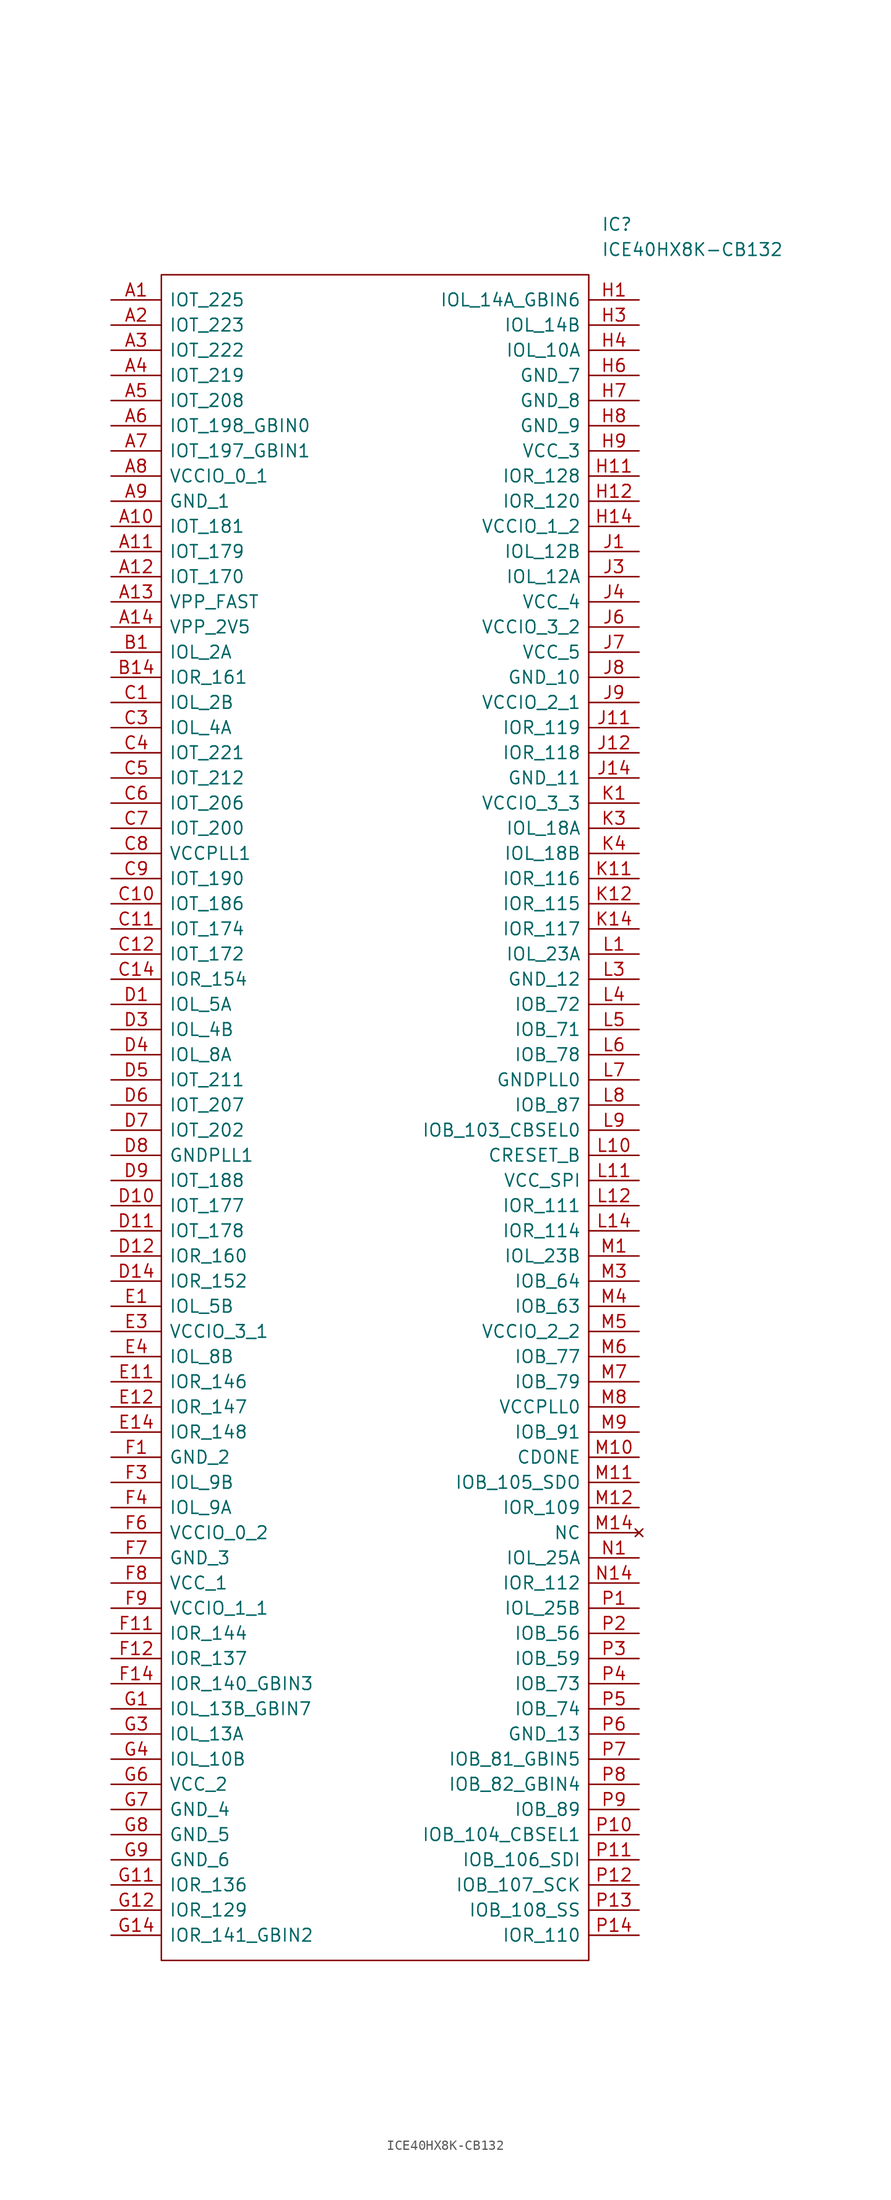
<source format=kicad_sym>
(kicad_symbol_lib
  (version 20211014)
  (generator kicad_symbol_editor)
  (symbol "ICE40HX8K-CB132"
    (pin_names
      (offset 0.762))
    (property "Reference" "IC"
      (at 49.53 7.62 0)
      (effects (font (size 1.27 1.27)) (justify left)))
    (property "Value" "ICE40HX8K-CB132"
      (at 49.53 5.08 0)
      (effects (font (size 1.27 1.27)) (justify left)))
    (symbol "ICE40HX8K-CB132_0_0"
      (pin passive line (at 0 0 0) (length 5.08) (name "IOT_225" (effects (font (size 1.27 1.27)))) (number "A1" (effects (font (size 1.27 1.27)))))
      (pin passive line (at 0 -22.86 0) (length 5.08) (name "IOT_181" (effects (font (size 1.27 1.27)))) (number "A10" (effects (font (size 1.27 1.27)))))
      (pin passive line (at 0 -25.4 0) (length 5.08) (name "IOT_179" (effects (font (size 1.27 1.27)))) (number "A11" (effects (font (size 1.27 1.27)))))
      (pin passive line (at 0 -27.94 0) (length 5.08) (name "IOT_170" (effects (font (size 1.27 1.27)))) (number "A12" (effects (font (size 1.27 1.27)))))
      (pin passive line (at 0 -30.48 0) (length 5.08) (name "VPP_FAST" (effects (font (size 1.27 1.27)))) (number "A13" (effects (font (size 1.27 1.27)))))
      (pin passive line (at 0 -33.02 0) (length 5.08) (name "VPP_2V5" (effects (font (size 1.27 1.27)))) (number "A14" (effects (font (size 1.27 1.27)))))
      (pin passive line (at 0 -2.54 0) (length 5.08) (name "IOT_223" (effects (font (size 1.27 1.27)))) (number "A2" (effects (font (size 1.27 1.27)))))
      (pin passive line (at 0 -5.08 0) (length 5.08) (name "IOT_222" (effects (font (size 1.27 1.27)))) (number "A3" (effects (font (size 1.27 1.27)))))
      (pin passive line (at 0 -7.62 0) (length 5.08) (name "IOT_219" (effects (font (size 1.27 1.27)))) (number "A4" (effects (font (size 1.27 1.27)))))
      (pin passive line (at 0 -10.16 0) (length 5.08) (name "IOT_208" (effects (font (size 1.27 1.27)))) (number "A5" (effects (font (size 1.27 1.27)))))
      (pin passive line (at 0 -12.7 0) (length 5.08) (name "IOT_198_GBIN0" (effects (font (size 1.27 1.27)))) (number "A6" (effects (font (size 1.27 1.27)))))
      (pin passive line (at 0 -15.24 0) (length 5.08) (name "IOT_197_GBIN1" (effects (font (size 1.27 1.27)))) (number "A7" (effects (font (size 1.27 1.27)))))
      (pin passive line (at 0 -17.78 0) (length 5.08) (name "VCCIO_0_1" (effects (font (size 1.27 1.27)))) (number "A8" (effects (font (size 1.27 1.27)))))
      (pin passive line (at 0 -20.32 0) (length 5.08) (name "GND_1" (effects (font (size 1.27 1.27)))) (number "A9" (effects (font (size 1.27 1.27)))))
      (pin passive line (at 0 -35.56 0) (length 5.08) (name "IOL_2A" (effects (font (size 1.27 1.27)))) (number "B1" (effects (font (size 1.27 1.27)))))
      (pin passive line (at 0 -38.1 0) (length 5.08) (name "IOR_161" (effects (font (size 1.27 1.27)))) (number "B14" (effects (font (size 1.27 1.27)))))
      (pin passive line (at 0 -40.64 0) (length 5.08) (name "IOL_2B" (effects (font (size 1.27 1.27)))) (number "C1" (effects (font (size 1.27 1.27)))))
      (pin passive line (at 0 -60.96 0) (length 5.08) (name "IOT_186" (effects (font (size 1.27 1.27)))) (number "C10" (effects (font (size 1.27 1.27)))))
      (pin passive line (at 0 -63.5 0) (length 5.08) (name "IOT_174" (effects (font (size 1.27 1.27)))) (number "C11" (effects (font (size 1.27 1.27)))))
      (pin passive line (at 0 -66.04 0) (length 5.08) (name "IOT_172" (effects (font (size 1.27 1.27)))) (number "C12" (effects (font (size 1.27 1.27)))))
      (pin passive line (at 0 -68.58 0) (length 5.08) (name "IOR_154" (effects (font (size 1.27 1.27)))) (number "C14" (effects (font (size 1.27 1.27)))))
      (pin passive line (at 0 -43.18 0) (length 5.08) (name "IOL_4A" (effects (font (size 1.27 1.27)))) (number "C3" (effects (font (size 1.27 1.27)))))
      (pin passive line (at 0 -45.72 0) (length 5.08) (name "IOT_221" (effects (font (size 1.27 1.27)))) (number "C4" (effects (font (size 1.27 1.27)))))
      (pin passive line (at 0 -48.26 0) (length 5.08) (name "IOT_212" (effects (font (size 1.27 1.27)))) (number "C5" (effects (font (size 1.27 1.27)))))
      (pin passive line (at 0 -50.8 0) (length 5.08) (name "IOT_206" (effects (font (size 1.27 1.27)))) (number "C6" (effects (font (size 1.27 1.27)))))
      (pin passive line (at 0 -53.34 0) (length 5.08) (name "IOT_200" (effects (font (size 1.27 1.27)))) (number "C7" (effects (font (size 1.27 1.27)))))
      (pin passive line (at 0 -55.88 0) (length 5.08) (name "VCCPLL1" (effects (font (size 1.27 1.27)))) (number "C8" (effects (font (size 1.27 1.27)))))
      (pin passive line (at 0 -58.42 0) (length 5.08) (name "IOT_190" (effects (font (size 1.27 1.27)))) (number "C9" (effects (font (size 1.27 1.27)))))
      (pin passive line (at 0 -71.12 0) (length 5.08) (name "IOL_5A" (effects (font (size 1.27 1.27)))) (number "D1" (effects (font (size 1.27 1.27)))))
      (pin passive line (at 0 -91.44 0) (length 5.08) (name "IOT_177" (effects (font (size 1.27 1.27)))) (number "D10" (effects (font (size 1.27 1.27)))))
      (pin passive line (at 0 -93.98 0) (length 5.08) (name "IOT_178" (effects (font (size 1.27 1.27)))) (number "D11" (effects (font (size 1.27 1.27)))))
      (pin passive line (at 0 -96.52 0) (length 5.08) (name "IOR_160" (effects (font (size 1.27 1.27)))) (number "D12" (effects (font (size 1.27 1.27)))))
      (pin passive line (at 0 -99.06 0) (length 5.08) (name "IOR_152" (effects (font (size 1.27 1.27)))) (number "D14" (effects (font (size 1.27 1.27)))))
      (pin passive line (at 0 -73.66 0) (length 5.08) (name "IOL_4B" (effects (font (size 1.27 1.27)))) (number "D3" (effects (font (size 1.27 1.27)))))
      (pin passive line (at 0 -76.2 0) (length 5.08) (name "IOL_8A" (effects (font (size 1.27 1.27)))) (number "D4" (effects (font (size 1.27 1.27)))))
      (pin passive line (at 0 -78.74 0) (length 5.08) (name "IOT_211" (effects (font (size 1.27 1.27)))) (number "D5" (effects (font (size 1.27 1.27)))))
      (pin passive line (at 0 -81.28 0) (length 5.08) (name "IOT_207" (effects (font (size 1.27 1.27)))) (number "D6" (effects (font (size 1.27 1.27)))))
      (pin passive line (at 0 -83.82 0) (length 5.08) (name "IOT_202" (effects (font (size 1.27 1.27)))) (number "D7" (effects (font (size 1.27 1.27)))))
      (pin passive line (at 0 -86.36 0) (length 5.08) (name "GNDPLL1" (effects (font (size 1.27 1.27)))) (number "D8" (effects (font (size 1.27 1.27)))))
      (pin passive line (at 0 -88.9 0) (length 5.08) (name "IOT_188" (effects (font (size 1.27 1.27)))) (number "D9" (effects (font (size 1.27 1.27)))))
      (pin passive line (at 0 -101.6 0) (length 5.08) (name "IOL_5B" (effects (font (size 1.27 1.27)))) (number "E1" (effects (font (size 1.27 1.27)))))
      (pin passive line (at 0 -109.22 0) (length 5.08) (name "IOR_146" (effects (font (size 1.27 1.27)))) (number "E11" (effects (font (size 1.27 1.27)))))
      (pin passive line (at 0 -111.76 0) (length 5.08) (name "IOR_147" (effects (font (size 1.27 1.27)))) (number "E12" (effects (font (size 1.27 1.27)))))
      (pin passive line (at 0 -114.3 0) (length 5.08) (name "IOR_148" (effects (font (size 1.27 1.27)))) (number "E14" (effects (font (size 1.27 1.27)))))
      (pin passive line (at 0 -104.14 0) (length 5.08) (name "VCCIO_3_1" (effects (font (size 1.27 1.27)))) (number "E3" (effects (font (size 1.27 1.27)))))
      (pin passive line (at 0 -106.68 0) (length 5.08) (name "IOL_8B" (effects (font (size 1.27 1.27)))) (number "E4" (effects (font (size 1.27 1.27)))))
      (pin passive line (at 0 -116.84 0) (length 5.08) (name "GND_2" (effects (font (size 1.27 1.27)))) (number "F1" (effects (font (size 1.27 1.27)))))
      (pin passive line (at 0 -134.62 0) (length 5.08) (name "IOR_144" (effects (font (size 1.27 1.27)))) (number "F11" (effects (font (size 1.27 1.27)))))
      (pin passive line (at 0 -137.16 0) (length 5.08) (name "IOR_137" (effects (font (size 1.27 1.27)))) (number "F12" (effects (font (size 1.27 1.27)))))
      (pin passive line (at 0 -139.7 0) (length 5.08) (name "IOR_140_GBIN3" (effects (font (size 1.27 1.27)))) (number "F14" (effects (font (size 1.27 1.27)))))
      (pin passive line (at 0 -119.38 0) (length 5.08) (name "IOL_9B" (effects (font (size 1.27 1.27)))) (number "F3" (effects (font (size 1.27 1.27)))))
      (pin passive line (at 0 -121.92 0) (length 5.08) (name "IOL_9A" (effects (font (size 1.27 1.27)))) (number "F4" (effects (font (size 1.27 1.27)))))
      (pin passive line (at 0 -124.46 0) (length 5.08) (name "VCCIO_0_2" (effects (font (size 1.27 1.27)))) (number "F6" (effects (font (size 1.27 1.27)))))
      (pin passive line (at 0 -127 0) (length 5.08) (name "GND_3" (effects (font (size 1.27 1.27)))) (number "F7" (effects (font (size 1.27 1.27)))))
      (pin passive line (at 0 -129.54 0) (length 5.08) (name "VCC_1" (effects (font (size 1.27 1.27)))) (number "F8" (effects (font (size 1.27 1.27)))))
      (pin passive line (at 0 -132.08 0) (length 5.08) (name "VCCIO_1_1" (effects (font (size 1.27 1.27)))) (number "F9" (effects (font (size 1.27 1.27)))))
      (pin passive line (at 0 -142.24 0) (length 5.08) (name "IOL_13B_GBIN7" (effects (font (size 1.27 1.27)))) (number "G1" (effects (font (size 1.27 1.27)))))
      (pin passive line (at 0 -160.02 0) (length 5.08) (name "IOR_136" (effects (font (size 1.27 1.27)))) (number "G11" (effects (font (size 1.27 1.27)))))
      (pin passive line (at 0 -162.56 0) (length 5.08) (name "IOR_129" (effects (font (size 1.27 1.27)))) (number "G12" (effects (font (size 1.27 1.27)))))
      (pin passive line (at 0 -165.1 0) (length 5.08) (name "IOR_141_GBIN2" (effects (font (size 1.27 1.27)))) (number "G14" (effects (font (size 1.27 1.27)))))
      (pin passive line (at 0 -144.78 0) (length 5.08) (name "IOL_13A" (effects (font (size 1.27 1.27)))) (number "G3" (effects (font (size 1.27 1.27)))))
      (pin passive line (at 0 -147.32 0) (length 5.08) (name "IOL_10B" (effects (font (size 1.27 1.27)))) (number "G4" (effects (font (size 1.27 1.27)))))
      (pin passive line (at 0 -149.86 0) (length 5.08) (name "VCC_2" (effects (font (size 1.27 1.27)))) (number "G6" (effects (font (size 1.27 1.27)))))
      (pin passive line (at 0 -152.4 0) (length 5.08) (name "GND_4" (effects (font (size 1.27 1.27)))) (number "G7" (effects (font (size 1.27 1.27)))))
      (pin passive line (at 0 -154.94 0) (length 5.08) (name "GND_5" (effects (font (size 1.27 1.27)))) (number "G8" (effects (font (size 1.27 1.27)))))
      (pin passive line (at 0 -157.48 0) (length 5.08) (name "GND_6" (effects (font (size 1.27 1.27)))) (number "G9" (effects (font (size 1.27 1.27)))))
      (pin passive line (at 53.34 0 180) (length 5.08) (name "IOL_14A_GBIN6" (effects (font (size 1.27 1.27)))) (number "H1" (effects (font (size 1.27 1.27)))))
      (pin passive line (at 53.34 -17.78 180) (length 5.08) (name "IOR_128" (effects (font (size 1.27 1.27)))) (number "H11" (effects (font (size 1.27 1.27)))))
      (pin passive line (at 53.34 -20.32 180) (length 5.08) (name "IOR_120" (effects (font (size 1.27 1.27)))) (number "H12" (effects (font (size 1.27 1.27)))))
      (pin passive line (at 53.34 -22.86 180) (length 5.08) (name "VCCIO_1_2" (effects (font (size 1.27 1.27)))) (number "H14" (effects (font (size 1.27 1.27)))))
      (pin passive line (at 53.34 -2.54 180) (length 5.08) (name "IOL_14B" (effects (font (size 1.27 1.27)))) (number "H3" (effects (font (size 1.27 1.27)))))
      (pin passive line (at 53.34 -5.08 180) (length 5.08) (name "IOL_10A" (effects (font (size 1.27 1.27)))) (number "H4" (effects (font (size 1.27 1.27)))))
      (pin passive line (at 53.34 -7.62 180) (length 5.08) (name "GND_7" (effects (font (size 1.27 1.27)))) (number "H6" (effects (font (size 1.27 1.27)))))
      (pin passive line (at 53.34 -10.16 180) (length 5.08) (name "GND_8" (effects (font (size 1.27 1.27)))) (number "H7" (effects (font (size 1.27 1.27)))))
      (pin passive line (at 53.34 -12.7 180) (length 5.08) (name "GND_9" (effects (font (size 1.27 1.27)))) (number "H8" (effects (font (size 1.27 1.27)))))
      (pin passive line (at 53.34 -15.24 180) (length 5.08) (name "VCC_3" (effects (font (size 1.27 1.27)))) (number "H9" (effects (font (size 1.27 1.27)))))
      (pin passive line (at 53.34 -25.4 180) (length 5.08) (name "IOL_12B" (effects (font (size 1.27 1.27)))) (number "J1" (effects (font (size 1.27 1.27)))))
      (pin passive line (at 53.34 -43.18 180) (length 5.08) (name "IOR_119" (effects (font (size 1.27 1.27)))) (number "J11" (effects (font (size 1.27 1.27)))))
      (pin passive line (at 53.34 -45.72 180) (length 5.08) (name "IOR_118" (effects (font (size 1.27 1.27)))) (number "J12" (effects (font (size 1.27 1.27)))))
      (pin passive line (at 53.34 -48.26 180) (length 5.08) (name "GND_11" (effects (font (size 1.27 1.27)))) (number "J14" (effects (font (size 1.27 1.27)))))
      (pin passive line (at 53.34 -27.94 180) (length 5.08) (name "IOL_12A" (effects (font (size 1.27 1.27)))) (number "J3" (effects (font (size 1.27 1.27)))))
      (pin passive line (at 53.34 -30.48 180) (length 5.08) (name "VCC_4" (effects (font (size 1.27 1.27)))) (number "J4" (effects (font (size 1.27 1.27)))))
      (pin passive line (at 53.34 -33.02 180) (length 5.08) (name "VCCIO_3_2" (effects (font (size 1.27 1.27)))) (number "J6" (effects (font (size 1.27 1.27)))))
      (pin passive line (at 53.34 -35.56 180) (length 5.08) (name "VCC_5" (effects (font (size 1.27 1.27)))) (number "J7" (effects (font (size 1.27 1.27)))))
      (pin passive line (at 53.34 -38.1 180) (length 5.08) (name "GND_10" (effects (font (size 1.27 1.27)))) (number "J8" (effects (font (size 1.27 1.27)))))
      (pin passive line (at 53.34 -40.64 180) (length 5.08) (name "VCCIO_2_1" (effects (font (size 1.27 1.27)))) (number "J9" (effects (font (size 1.27 1.27)))))
      (pin passive line (at 53.34 -50.8 180) (length 5.08) (name "VCCIO_3_3" (effects (font (size 1.27 1.27)))) (number "K1" (effects (font (size 1.27 1.27)))))
      (pin passive line (at 53.34 -58.42 180) (length 5.08) (name "IOR_116" (effects (font (size 1.27 1.27)))) (number "K11" (effects (font (size 1.27 1.27)))))
      (pin passive line (at 53.34 -60.96 180) (length 5.08) (name "IOR_115" (effects (font (size 1.27 1.27)))) (number "K12" (effects (font (size 1.27 1.27)))))
      (pin passive line (at 53.34 -63.5 180) (length 5.08) (name "IOR_117" (effects (font (size 1.27 1.27)))) (number "K14" (effects (font (size 1.27 1.27)))))
      (pin passive line (at 53.34 -53.34 180) (length 5.08) (name "IOL_18A" (effects (font (size 1.27 1.27)))) (number "K3" (effects (font (size 1.27 1.27)))))
      (pin passive line (at 53.34 -55.88 180) (length 5.08) (name "IOL_18B" (effects (font (size 1.27 1.27)))) (number "K4" (effects (font (size 1.27 1.27)))))
      (pin passive line (at 53.34 -66.04 180) (length 5.08) (name "IOL_23A" (effects (font (size 1.27 1.27)))) (number "L1" (effects (font (size 1.27 1.27)))))
      (pin passive line (at 53.34 -86.36 180) (length 5.08) (name "CRESET_B" (effects (font (size 1.27 1.27)))) (number "L10" (effects (font (size 1.27 1.27)))))
      (pin passive line (at 53.34 -88.9 180) (length 5.08) (name "VCC_SPI" (effects (font (size 1.27 1.27)))) (number "L11" (effects (font (size 1.27 1.27)))))
      (pin passive line (at 53.34 -91.44 180) (length 5.08) (name "IOR_111" (effects (font (size 1.27 1.27)))) (number "L12" (effects (font (size 1.27 1.27)))))
      (pin passive line (at 53.34 -93.98 180) (length 5.08) (name "IOR_114" (effects (font (size 1.27 1.27)))) (number "L14" (effects (font (size 1.27 1.27)))))
      (pin passive line (at 53.34 -68.58 180) (length 5.08) (name "GND_12" (effects (font (size 1.27 1.27)))) (number "L3" (effects (font (size 1.27 1.27)))))
      (pin passive line (at 53.34 -71.12 180) (length 5.08) (name "IOB_72" (effects (font (size 1.27 1.27)))) (number "L4" (effects (font (size 1.27 1.27)))))
      (pin passive line (at 53.34 -73.66 180) (length 5.08) (name "IOB_71" (effects (font (size 1.27 1.27)))) (number "L5" (effects (font (size 1.27 1.27)))))
      (pin passive line (at 53.34 -76.2 180) (length 5.08) (name "IOB_78" (effects (font (size 1.27 1.27)))) (number "L6" (effects (font (size 1.27 1.27)))))
      (pin passive line (at 53.34 -78.74 180) (length 5.08) (name "GNDPLL0" (effects (font (size 1.27 1.27)))) (number "L7" (effects (font (size 1.27 1.27)))))
      (pin passive line (at 53.34 -81.28 180) (length 5.08) (name "IOB_87" (effects (font (size 1.27 1.27)))) (number "L8" (effects (font (size 1.27 1.27)))))
      (pin passive line (at 53.34 -83.82 180) (length 5.08) (name "IOB_103_CBSEL0" (effects (font (size 1.27 1.27)))) (number "L9" (effects (font (size 1.27 1.27)))))
      (pin passive line (at 53.34 -96.52 180) (length 5.08) (name "IOL_23B" (effects (font (size 1.27 1.27)))) (number "M1" (effects (font (size 1.27 1.27)))))
      (pin passive line (at 53.34 -116.84 180) (length 5.08) (name "CDONE" (effects (font (size 1.27 1.27)))) (number "M10" (effects (font (size 1.27 1.27)))))
      (pin passive line (at 53.34 -119.38 180) (length 5.08) (name "IOB_105_SDO" (effects (font (size 1.27 1.27)))) (number "M11" (effects (font (size 1.27 1.27)))))
      (pin passive line (at 53.34 -121.92 180) (length 5.08) (name "IOR_109" (effects (font (size 1.27 1.27)))) (number "M12" (effects (font (size 1.27 1.27)))))
      (pin no_connect line (at 53.34 -124.46 180) (length 5.08) (name "NC" (effects (font (size 1.27 1.27)))) (number "M14" (effects (font (size 1.27 1.27)))))
      (pin passive line (at 53.34 -99.06 180) (length 5.08) (name "IOB_64" (effects (font (size 1.27 1.27)))) (number "M3" (effects (font (size 1.27 1.27)))))
      (pin passive line (at 53.34 -101.6 180) (length 5.08) (name "IOB_63" (effects (font (size 1.27 1.27)))) (number "M4" (effects (font (size 1.27 1.27)))))
      (pin passive line (at 53.34 -104.14 180) (length 5.08) (name "VCCIO_2_2" (effects (font (size 1.27 1.27)))) (number "M5" (effects (font (size 1.27 1.27)))))
      (pin passive line (at 53.34 -106.68 180) (length 5.08) (name "IOB_77" (effects (font (size 1.27 1.27)))) (number "M6" (effects (font (size 1.27 1.27)))))
      (pin passive line (at 53.34 -109.22 180) (length 5.08) (name "IOB_79" (effects (font (size 1.27 1.27)))) (number "M7" (effects (font (size 1.27 1.27)))))
      (pin passive line (at 53.34 -111.76 180) (length 5.08) (name "VCCPLL0" (effects (font (size 1.27 1.27)))) (number "M8" (effects (font (size 1.27 1.27)))))
      (pin passive line (at 53.34 -114.3 180) (length 5.08) (name "IOB_91" (effects (font (size 1.27 1.27)))) (number "M9" (effects (font (size 1.27 1.27)))))
      (pin passive line (at 53.34 -127 180) (length 5.08) (name "IOL_25A" (effects (font (size 1.27 1.27)))) (number "N1" (effects (font (size 1.27 1.27)))))
      (pin passive line (at 53.34 -129.54 180) (length 5.08) (name "IOR_112" (effects (font (size 1.27 1.27)))) (number "N14" (effects (font (size 1.27 1.27)))))
      (pin passive line (at 53.34 -132.08 180) (length 5.08) (name "IOL_25B" (effects (font (size 1.27 1.27)))) (number "P1" (effects (font (size 1.27 1.27)))))
      (pin passive line (at 53.34 -154.94 180) (length 5.08) (name "IOB_104_CBSEL1" (effects (font (size 1.27 1.27)))) (number "P10" (effects (font (size 1.27 1.27)))))
      (pin passive line (at 53.34 -157.48 180) (length 5.08) (name "IOB_106_SDI" (effects (font (size 1.27 1.27)))) (number "P11" (effects (font (size 1.27 1.27)))))
      (pin passive line (at 53.34 -160.02 180) (length 5.08) (name "IOB_107_SCK" (effects (font (size 1.27 1.27)))) (number "P12" (effects (font (size 1.27 1.27)))))
      (pin passive line (at 53.34 -162.56 180) (length 5.08) (name "IOB_108_SS" (effects (font (size 1.27 1.27)))) (number "P13" (effects (font (size 1.27 1.27)))))
      (pin passive line (at 53.34 -165.1 180) (length 5.08) (name "IOR_110" (effects (font (size 1.27 1.27)))) (number "P14" (effects (font (size 1.27 1.27)))))
      (pin passive line (at 53.34 -134.62 180) (length 5.08) (name "IOB_56" (effects (font (size 1.27 1.27)))) (number "P2" (effects (font (size 1.27 1.27)))))
      (pin passive line (at 53.34 -137.16 180) (length 5.08) (name "IOB_59" (effects (font (size 1.27 1.27)))) (number "P3" (effects (font (size 1.27 1.27)))))
      (pin passive line (at 53.34 -139.7 180) (length 5.08) (name "IOB_73" (effects (font (size 1.27 1.27)))) (number "P4" (effects (font (size 1.27 1.27)))))
      (pin passive line (at 53.34 -142.24 180) (length 5.08) (name "IOB_74" (effects (font (size 1.27 1.27)))) (number "P5" (effects (font (size 1.27 1.27)))))
      (pin passive line (at 53.34 -144.78 180) (length 5.08) (name "GND_13" (effects (font (size 1.27 1.27)))) (number "P6" (effects (font (size 1.27 1.27)))))
      (pin passive line (at 53.34 -147.32 180) (length 5.08) (name "IOB_81_GBIN5" (effects (font (size 1.27 1.27)))) (number "P7" (effects (font (size 1.27 1.27)))))
      (pin passive line (at 53.34 -149.86 180) (length 5.08) (name "IOB_82_GBIN4" (effects (font (size 1.27 1.27)))) (number "P8" (effects (font (size 1.27 1.27)))))
      (pin passive line (at 53.34 -152.4 180) (length 5.08) (name "IOB_89" (effects (font (size 1.27 1.27)))) (number "P9" (effects (font (size 1.27 1.27))))))
    (symbol "ICE40HX8K-CB132_0_1"
      (polyline (pts (xy 5.08 2.54) (xy 48.26 2.54) (xy 48.26 -167.64) (xy 5.08 -167.64) (xy 5.08 2.54)) (stroke (width 0.152) (type default) (color 0 0 0 0)) (fill (type none))))))
</source>
